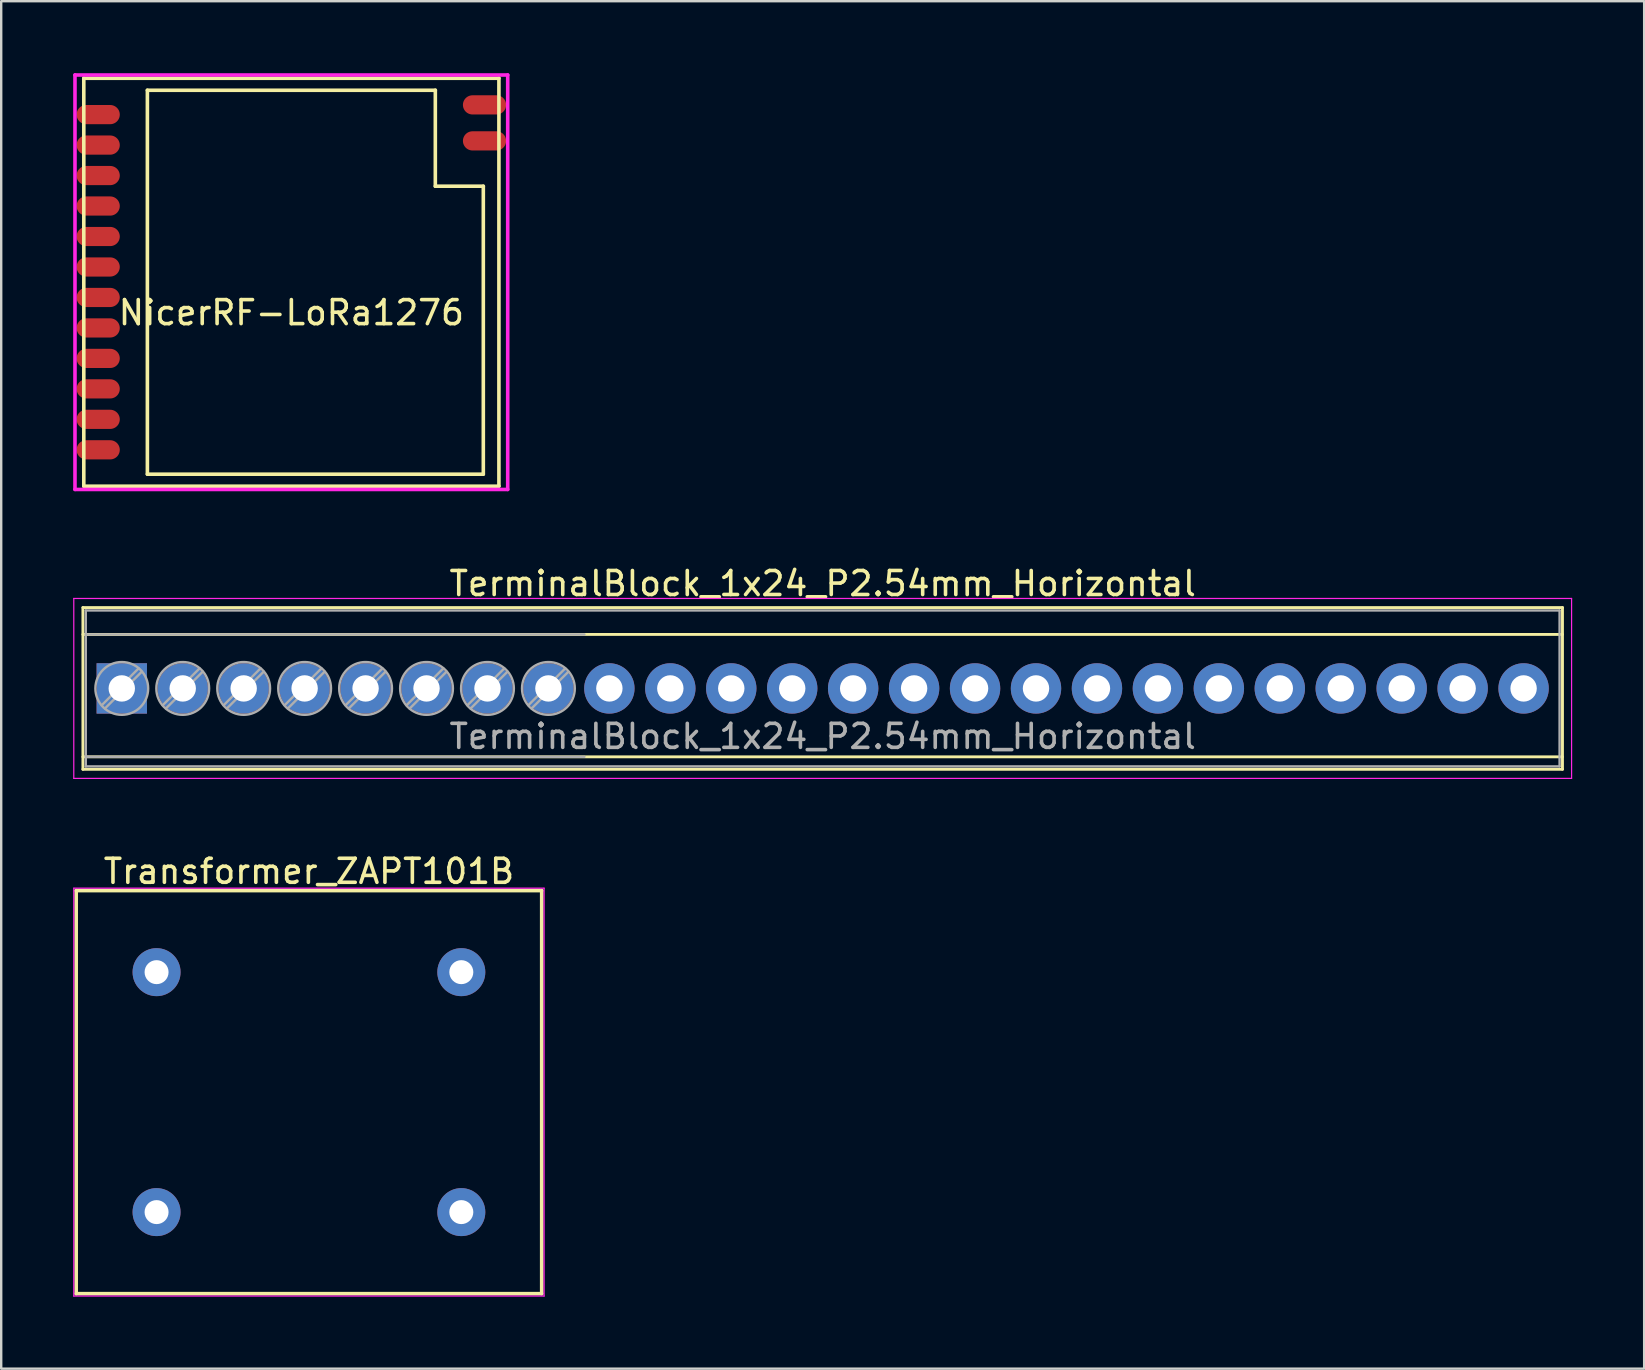
<source format=kicad_pcb>
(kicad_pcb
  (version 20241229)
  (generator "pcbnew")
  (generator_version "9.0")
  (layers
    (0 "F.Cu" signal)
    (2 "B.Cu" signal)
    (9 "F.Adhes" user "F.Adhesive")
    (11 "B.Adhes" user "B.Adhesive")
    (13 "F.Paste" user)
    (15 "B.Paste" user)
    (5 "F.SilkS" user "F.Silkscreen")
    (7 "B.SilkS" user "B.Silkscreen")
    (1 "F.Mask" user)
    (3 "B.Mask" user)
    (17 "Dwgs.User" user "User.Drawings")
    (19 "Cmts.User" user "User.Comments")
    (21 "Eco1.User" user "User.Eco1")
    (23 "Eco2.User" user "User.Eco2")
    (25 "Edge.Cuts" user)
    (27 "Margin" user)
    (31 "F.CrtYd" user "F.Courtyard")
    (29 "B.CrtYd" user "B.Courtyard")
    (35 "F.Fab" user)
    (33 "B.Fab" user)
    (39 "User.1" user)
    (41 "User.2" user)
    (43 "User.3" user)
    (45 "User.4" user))
  (footprint "NicerRF-LoRa1276"
    (layer "F.Cu")
    (at 9.092 8.711)
    (property "Reference" "NicerRF-LoRa1276" (at 0 1.27 0) (layer "F.SilkS") (effects (font (size 1 1) (thickness 0.15))))
    (attr smd)
    (fp_line (start -8.65 -8.5) (end 8.65 -8.5) (stroke (width 0.15) (type solid)) (layer "F.SilkS"))
    (fp_line (start -8.65 8.5) (end -8.65 -8.5) (stroke (width 0.15) (type solid)) (layer "F.SilkS"))
    (fp_line (start -6 -8) (end -6 8) (stroke (width 0.15) (type solid)) (layer "F.SilkS"))
    (fp_line (start -6 8) (end 8 8) (stroke (width 0.15) (type solid)) (layer "F.SilkS"))
    (fp_line (start 6 -8) (end -6 -8) (stroke (width 0.15) (type solid)) (layer "F.SilkS"))
    (fp_line (start 6 -4) (end 6 -8) (stroke (width 0.15) (type solid)) (layer "F.SilkS"))
    (fp_line (start 8 -4) (end 6 -4) (stroke (width 0.15) (type solid)) (layer "F.SilkS"))
    (fp_line (start 8 8) (end 8 -4) (stroke (width 0.15) (type solid)) (layer "F.SilkS"))
    (fp_line (start 8.65 -8.5) (end 8.65 8.5) (stroke (width 0.15) (type solid)) (layer "F.SilkS"))
    (fp_line (start 8.65 8.5) (end -8.65 8.5) (stroke (width 0.15) (type solid)) (layer "F.SilkS"))
    (fp_line (start -9.017 -8.636) (end 9.017 -8.636) (stroke (width 0.15) (type solid)) (layer "F.CrtYd"))
    (fp_line (start -9.017 8.636) (end -9.017 -8.636) (stroke (width 0.15) (type solid)) (layer "F.CrtYd"))
    (fp_line (start 9.017 -8.636) (end 9.017 8.636) (stroke (width 0.15) (type solid)) (layer "F.CrtYd"))
    (fp_line (start 9.017 8.636) (end -9.017 8.636) (stroke (width 0.15) (type solid)) (layer "F.CrtYd"))
    (pad "1" smd oval (at -8.05 -6.985) (size 1.8 0.8) (layers "F.Cu" "F.Mask" "F.Paste"))
    (pad "2" smd oval (at -8.05 -5.715) (size 1.8 0.8) (layers "F.Cu" "F.Mask" "F.Paste"))
    (pad "3" smd oval (at -8.05 -4.445) (size 1.8 0.8) (layers "F.Cu" "F.Mask" "F.Paste"))
    (pad "4" smd oval (at -8.05 -3.175) (size 1.8 0.8) (layers "F.Cu" "F.Mask" "F.Paste"))
    (pad "5" smd oval (at -8.05 -1.905) (size 1.8 0.8) (layers "F.Cu" "F.Mask" "F.Paste"))
    (pad "6" smd oval (at -8.05 -0.635) (size 1.8 0.8) (layers "F.Cu" "F.Mask" "F.Paste"))
    (pad "7" smd oval (at -8.05 0.635) (size 1.8 0.8) (layers "F.Cu" "F.Mask" "F.Paste"))
    (pad "8" smd oval (at -8.05 1.905) (size 1.8 0.8) (layers "F.Cu" "F.Mask" "F.Paste"))
    (pad "9" smd oval (at -8.05 3.175) (size 1.8 0.8) (layers "F.Cu" "F.Mask" "F.Paste"))
    (pad "10" smd oval (at -8.05 4.445) (size 1.8 0.8) (layers "F.Cu" "F.Mask" "F.Paste"))
    (pad "11" smd oval (at -8.05 5.715) (size 1.8 0.8) (layers "F.Cu" "F.Mask" "F.Paste"))
    (pad "12" smd oval (at -8.05 6.985) (size 1.8 0.8) (layers "F.Cu" "F.Mask" "F.Paste"))
    (pad "13" smd oval (at 8.05 -7.39) (size 1.8 0.8) (layers "F.Cu" "F.Mask" "F.Paste"))
    (pad "14" smd oval (at 8.05 -5.89) (size 1.8 0.8) (layers "F.Cu" "F.Mask" "F.Paste")))
  (footprint "Transformer_ZAPT101B"
    (layer "F.Cu")
    (at 9.825 42.464)
    (property "Reference" "Transformer_ZAPT101B" (at 0 -9.2 0) (layer "F.SilkS") (effects (font (size 1 1) (thickness 0.15))))
    (attr through_hole)
    (fp_line (start -9.7 -8.4) (end -9.7 8.4) (stroke (width 0.15) (type solid)) (layer "F.SilkS"))
    (fp_line (start -9.7 -8.4) (end 9.7 -8.4) (stroke (width 0.15) (type solid)) (layer "F.SilkS"))
    (fp_line (start -9.7 8.4) (end 9.7 8.4) (stroke (width 0.15) (type solid)) (layer "F.SilkS"))
    (fp_line (start 9.7 -8.4) (end 9.7 8.4) (stroke (width 0.15) (type solid)) (layer "F.SilkS"))
    (fp_line (start -9.8 -8.5) (end -9.8 8.5) (stroke (width 0.05) (type solid)) (layer "F.CrtYd"))
    (fp_line (start -9.8 -8.5) (end 9.8 -8.5) (stroke (width 0.05) (type solid)) (layer "F.CrtYd"))
    (fp_line (start -9.8 8.5) (end 9.8 8.5) (stroke (width 0.05) (type solid)) (layer "F.CrtYd"))
    (fp_line (start 9.8 -8.5) (end 9.8 8.5) (stroke (width 0.05) (type solid)) (layer "F.CrtYd"))
    (pad "1" thru_hole circle (at -6.35 -5) (size 2 2) (drill 1) (layers "*.Cu" "*.Mask"))
    (pad "2" thru_hole circle (at -6.35 5) (size 2 2) (drill 1) (layers "*.Cu" "*.Mask"))
    (pad "3" thru_hole circle (at 6.35 5) (size 2 2) (drill 1) (layers "*.Cu" "*.Mask"))
    (pad "4" thru_hole circle (at 6.35 -5) (size 2 2) (drill 1) (layers "*.Cu" "*.Mask")))
  (footprint "TerminalBlock_1x24_P2.54mm_Horizontal"
    (layer "F.Cu")
    (at 2.025 25.64)
    (property "Reference" "TerminalBlock_1x24_P2.54mm_Horizontal" (at 29.21 -4.37 0) (layer "F.SilkS") (effects (font (size 1 1) (thickness 0.15))))
    (attr through_hole)
    (fp_line (start -1.62 -3.37) (end -1.62 3.37) (stroke (width 0.12) (type solid)) (layer "F.SilkS"))
    (fp_line (start -1.62 -3.37) (end 60.04 -3.37) (stroke (width 0.12) (type solid)) (layer "F.SilkS"))
    (fp_line (start -1.62 -2.25) (end 60.04 -2.25) (stroke (width 0.12) (type solid)) (layer "F.SilkS"))
    (fp_line (start -1.62 2.85) (end 60.04 2.85) (stroke (width 0.12) (type solid)) (layer "F.SilkS"))
    (fp_line (start -1.62 3.37) (end 60.04 3.37) (stroke (width 0.12) (type solid)) (layer "F.SilkS"))
    (fp_line (start 60.04 -3.37) (end 60.04 3.37) (stroke (width 0.12) (type solid)) (layer "F.SilkS"))
    (fp_line (start -2 -3.75) (end -2 3.75) (stroke (width 0.05) (type solid)) (layer "F.CrtYd"))
    (fp_line (start -2 3.75) (end 60.42 3.75) (stroke (width 0.05) (type solid)) (layer "F.CrtYd"))
    (fp_line (start 60.42 -3.75) (end -2 -3.75) (stroke (width 0.05) (type solid)) (layer "F.CrtYd"))
    (fp_line (start 60.42 3.75) (end 60.42 -3.75) (stroke (width 0.05) (type solid)) (layer "F.CrtYd"))
    (fp_line (start -1.5 -3.25) (end 59.92 -3.25) (stroke (width 0.1) (type solid)) (layer "F.Fab"))
    (fp_line (start -1.5 -2.25) (end 19.28 -2.25) (stroke (width 0.1) (type solid)) (layer "F.Fab"))
    (fp_line (start -1.5 2.85) (end 19.28 2.85) (stroke (width 0.1) (type solid)) (layer "F.Fab"))
    (fp_line (start -1.5 3.25) (end -1.5 -3.25) (stroke (width 0.1) (type solid)) (layer "F.Fab"))
    (fp_line (start 0.701 -0.835) (end -0.835 0.7) (stroke (width 0.1) (type solid)) (layer "F.Fab"))
    (fp_line (start 0.835 -0.7) (end -0.701 0.835) (stroke (width 0.1) (type solid)) (layer "F.Fab"))
    (fp_line (start 3.241 -0.835) (end 1.706 0.7) (stroke (width 0.1) (type solid)) (layer "F.Fab"))
    (fp_line (start 3.375 -0.7) (end 1.84 0.835) (stroke (width 0.1) (type solid)) (layer "F.Fab"))
    (fp_line (start 5.781 -0.835) (end 4.246 0.7) (stroke (width 0.1) (type solid)) (layer "F.Fab"))
    (fp_line (start 5.915 -0.7) (end 4.38 0.835) (stroke (width 0.1) (type solid)) (layer "F.Fab"))
    (fp_line (start 8.321 -0.835) (end 6.786 0.7) (stroke (width 0.1) (type solid)) (layer "F.Fab"))
    (fp_line (start 8.455 -0.7) (end 6.92 0.835) (stroke (width 0.1) (type solid)) (layer "F.Fab"))
    (fp_line (start 10.861 -0.835) (end 9.326 0.7) (stroke (width 0.1) (type solid)) (layer "F.Fab"))
    (fp_line (start 10.995 -0.7) (end 9.46 0.835) (stroke (width 0.1) (type solid)) (layer "F.Fab"))
    (fp_line (start 13.401 -0.835) (end 11.866 0.7) (stroke (width 0.1) (type solid)) (layer "F.Fab"))
    (fp_line (start 13.535 -0.7) (end 12 0.835) (stroke (width 0.1) (type solid)) (layer "F.Fab"))
    (fp_line (start 15.941 -0.835) (end 14.406 0.7) (stroke (width 0.1) (type solid)) (layer "F.Fab"))
    (fp_line (start 16.075 -0.7) (end 14.54 0.835) (stroke (width 0.1) (type solid)) (layer "F.Fab"))
    (fp_line (start 18.481 -0.835) (end 16.946 0.7) (stroke (width 0.1) (type solid)) (layer "F.Fab"))
    (fp_line (start 18.615 -0.7) (end 17.08 0.835) (stroke (width 0.1) (type solid)) (layer "F.Fab"))
    (fp_line (start 59.92 -3.25) (end 59.92 3.25) (stroke (width 0.1) (type solid)) (layer "F.Fab"))
    (fp_line (start 59.92 3.25) (end -1.5 3.25) (stroke (width 0.1) (type solid)) (layer "F.Fab"))
    (fp_circle (center 0 0) (end 1.1 0) (stroke (width 0.1) (type solid)) (fill no) (layer "F.Fab"))
    (fp_circle (center 2.54 0) (end 3.64 0) (stroke (width 0.1) (type solid)) (fill no) (layer "F.Fab"))
    (fp_circle (center 5.08 0) (end 6.18 0) (stroke (width 0.1) (type solid)) (fill no) (layer "F.Fab"))
    (fp_circle (center 7.62 0) (end 8.72 0) (stroke (width 0.1) (type solid)) (fill no) (layer "F.Fab"))
    (fp_circle (center 10.16 0) (end 11.26 0) (stroke (width 0.1) (type solid)) (fill no) (layer "F.Fab"))
    (fp_circle (center 12.7 0) (end 13.8 0) (stroke (width 0.1) (type solid)) (fill no) (layer "F.Fab"))
    (fp_circle (center 15.24 0) (end 16.34 0) (stroke (width 0.1) (type solid)) (fill no) (layer "F.Fab"))
    (fp_circle (center 17.78 0) (end 18.88 0) (stroke (width 0.1) (type solid)) (fill no) (layer "F.Fab"))
    (fp_text user "${REFERENCE}" (at 29.21 2 0) (layer "F.Fab") (effects (font (size 1 1) (thickness 0.15))))
    (pad "1" thru_hole rect (at 0 0) (size 2.1 2.1) (drill 1.1) (layers "*.Cu" "*.Mask"))
    (pad "2" thru_hole circle (at 2.54 0) (size 2.1 2.1) (drill 1.1) (layers "*.Cu" "*.Mask"))
    (pad "3" thru_hole circle (at 5.08 0) (size 2.1 2.1) (drill 1.1) (layers "*.Cu" "*.Mask"))
    (pad "4" thru_hole circle (at 7.62 0) (size 2.1 2.1) (drill 1.1) (layers "*.Cu" "*.Mask"))
    (pad "5" thru_hole circle (at 10.16 0) (size 2.1 2.1) (drill 1.1) (layers "*.Cu" "*.Mask"))
    (pad "6" thru_hole circle (at 12.7 0) (size 2.1 2.1) (drill 1.1) (layers "*.Cu" "*.Mask"))
    (pad "7" thru_hole circle (at 15.24 0) (size 2.1 2.1) (drill 1.1) (layers "*.Cu" "*.Mask"))
    (pad "8" thru_hole circle (at 17.78 0) (size 2.1 2.1) (drill 1.1) (layers "*.Cu" "*.Mask"))
    (pad "9" thru_hole circle (at 20.32 0) (size 2.1 2.1) (drill 1.1) (layers "*.Cu" "*.Mask"))
    (pad "10" thru_hole circle (at 22.86 0) (size 2.1 2.1) (drill 1.1) (layers "*.Cu" "*.Mask"))
    (pad "11" thru_hole circle (at 25.4 0) (size 2.1 2.1) (drill 1.1) (layers "*.Cu" "*.Mask"))
    (pad "12" thru_hole circle (at 27.94 0) (size 2.1 2.1) (drill 1.1) (layers "*.Cu" "*.Mask"))
    (pad "13" thru_hole circle (at 30.48 0) (size 2.1 2.1) (drill 1.1) (layers "*.Cu" "*.Mask"))
    (pad "14" thru_hole circle (at 33.02 0) (size 2.1 2.1) (drill 1.1) (layers "*.Cu" "*.Mask"))
    (pad "15" thru_hole circle (at 35.56 0) (size 2.1 2.1) (drill 1.1) (layers "*.Cu" "*.Mask"))
    (pad "16" thru_hole circle (at 38.1 0) (size 2.1 2.1) (drill 1.1) (layers "*.Cu" "*.Mask"))
    (pad "17" thru_hole circle (at 40.64 0) (size 2.1 2.1) (drill 1.1) (layers "*.Cu" "*.Mask"))
    (pad "18" thru_hole circle (at 43.18 0) (size 2.1 2.1) (drill 1.1) (layers "*.Cu" "*.Mask"))
    (pad "19" thru_hole circle (at 45.72 0) (size 2.1 2.1) (drill 1.1) (layers "*.Cu" "*.Mask"))
    (pad "20" thru_hole circle (at 48.26 0) (size 2.1 2.1) (drill 1.1) (layers "*.Cu" "*.Mask"))
    (pad "21" thru_hole circle (at 50.8 0) (size 2.1 2.1) (drill 1.1) (layers "*.Cu" "*.Mask"))
    (pad "22" thru_hole circle (at 53.34 0) (size 2.1 2.1) (drill 1.1) (layers "*.Cu" "*.Mask"))
    (pad "23" thru_hole circle (at 55.88 0) (size 2.1 2.1) (drill 1.1) (layers "*.Cu" "*.Mask"))
    (pad "24" thru_hole circle (at 58.42 0) (size 2.1 2.1) (drill 1.1) (layers "*.Cu" "*.Mask")))
  (gr_rect
    (start -3 -3)
    (end 65.47 53.989)
    (stroke (width 0.1) (type default))
    (fill no)
    (layer "Edge.Cuts")))
</source>
